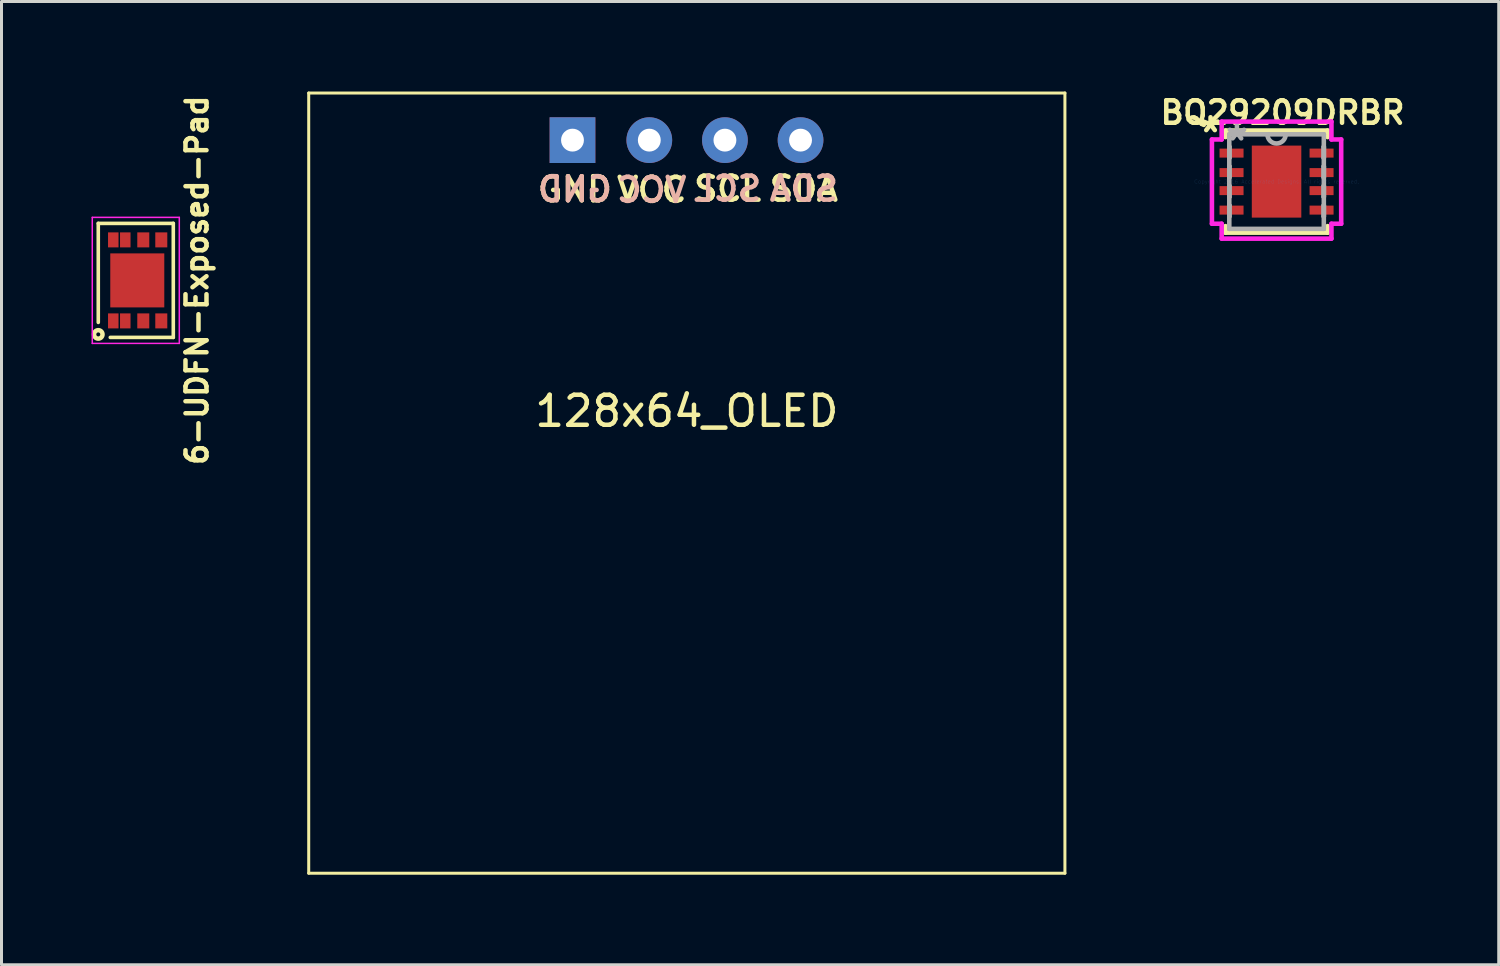
<source format=kicad_pcb>
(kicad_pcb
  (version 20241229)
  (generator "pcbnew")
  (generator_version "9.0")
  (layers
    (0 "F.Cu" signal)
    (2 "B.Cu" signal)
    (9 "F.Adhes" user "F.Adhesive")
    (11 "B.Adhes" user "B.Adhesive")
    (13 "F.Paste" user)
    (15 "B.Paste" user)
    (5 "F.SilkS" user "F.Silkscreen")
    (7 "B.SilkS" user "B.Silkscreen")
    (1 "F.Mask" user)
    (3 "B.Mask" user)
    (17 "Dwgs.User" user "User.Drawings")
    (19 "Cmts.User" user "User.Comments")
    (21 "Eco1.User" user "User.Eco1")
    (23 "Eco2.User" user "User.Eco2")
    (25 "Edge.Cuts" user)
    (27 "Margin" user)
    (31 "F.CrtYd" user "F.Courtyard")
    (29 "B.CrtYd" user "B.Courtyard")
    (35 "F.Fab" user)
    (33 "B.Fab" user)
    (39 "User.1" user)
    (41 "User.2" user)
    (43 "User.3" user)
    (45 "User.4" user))
  (footprint "128x64_OLED"
    (layer "F.Cu")
    (at 19.838 13.05)
    (property "Reference" "128x64_OLED" (at 0 -2.4 180) (layer "F.SilkS") (effects (font (size 1 1) (thickness 0.15))))
    (attr through_hole)
    (fp_line (start -12.6 -13) (end -12.6 13) (stroke (width 0.1) (type solid)) (layer "F.SilkS"))
    (fp_line (start -12.6 -13) (end 12.6 -13) (stroke (width 0.1) (type solid)) (layer "F.SilkS"))
    (fp_line (start -12.6 13) (end 12.6 13) (stroke (width 0.1) (type solid)) (layer "F.SilkS"))
    (fp_line (start 12.6 -13) (end 12.6 13) (stroke (width 0.1) (type solid)) (layer "F.SilkS"))
    (fp_text user "SCL" (at 1.36 -9.81 0) (layer "F.SilkS") (effects (font (size 0.8 0.8) (thickness 0.15))))
    (fp_text user "SDA" (at 3.9 -9.81 0) (layer "F.SilkS") (effects (font (size 0.8 0.8) (thickness 0.15))))
    (fp_text user "GND" (at -3.73 -9.79 0) (layer "F.SilkS") (effects (font (size 0.8 0.8) (thickness 0.15))))
    (fp_text user "VCC" (at -1.17 -9.77 0) (layer "F.SilkS") (effects (font (size 0.8 0.8) (thickness 0.15))))
    (fp_text user "SCL" (at 1.36 -9.81 0) (layer "B.SilkS") (effects (font (size 0.8 0.8) (thickness 0.15)) (justify mirror)))
    (fp_text user "SDA" (at 3.9 -9.81 0) (layer "B.SilkS") (effects (font (size 0.8 0.8) (thickness 0.15)) (justify mirror)))
    (fp_text user "GND" (at -3.73 -9.79 0) (layer "B.SilkS") (effects (font (size 0.8 0.8) (thickness 0.15)) (justify mirror)))
    (fp_text user "VCC" (at -1.17 -9.77 0) (layer "B.SilkS") (effects (font (size 0.8 0.8) (thickness 0.15)) (justify mirror)))
    (pad "1" thru_hole rect (at -3.81 -11.43 270) (size 1.524 1.524) (drill 0.762) (layers "*.Cu" "*.Mask"))
    (pad "2" thru_hole circle (at -1.25 -11.43 270) (size 1.524 1.524) (drill 0.762) (layers "*.Cu" "*.Mask"))
    (pad "3" thru_hole circle (at 1.27 -11.43 270) (size 1.524 1.524) (drill 0.762) (layers "*.Cu" "*.Mask"))
    (pad "4" thru_hole circle (at 3.79 -11.43 270) (size 1.524 1.524) (drill 0.762) (layers "*.Cu" "*.Mask")))
  (footprint "BQ29209DRBR"
    (layer "F.Cu")
    (at 39.491 3.002)
    (property "Reference" "BQ29209DRBR" (at 0.2 -2.3 0) (layer "F.SilkS") (effects (font (size 0.75 0.75) (thickness 0.15))))
    (attr through_hole)
    (fp_line (start -1.702 -1.702) (end -1.702 -1.483) (stroke (width 0.152) (type solid)) (layer "F.SilkS"))
    (fp_line (start -1.702 1.483) (end -1.702 1.702) (stroke (width 0.152) (type solid)) (layer "F.SilkS"))
    (fp_line (start -1.702 1.702) (end 1.702 1.702) (stroke (width 0.152) (type solid)) (layer "F.SilkS"))
    (fp_line (start 1.702 -1.702) (end -1.702 -1.702) (stroke (width 0.152) (type solid)) (layer "F.SilkS"))
    (fp_line (start 1.702 -1.483) (end 1.702 -1.702) (stroke (width 0.152) (type solid)) (layer "F.SilkS"))
    (fp_line (start 1.702 1.702) (end 1.702 1.483) (stroke (width 0.152) (type solid)) (layer "F.SilkS"))
    (fp_circle (center -0.394 -0.787) (end -0.203 -0.787) (stroke (width 0.152) (type solid)) (fill no) (layer "Eco1.User"))
    (fp_circle (center -0.394 0) (end -0.203 0) (stroke (width 0.152) (type solid)) (fill no) (layer "Eco1.User"))
    (fp_circle (center -0.394 0.787) (end -0.203 0.787) (stroke (width 0.152) (type solid)) (fill no) (layer "Eco1.User"))
    (fp_circle (center 0.394 -0.787) (end 0.584 -0.787) (stroke (width 0.152) (type solid)) (fill no) (layer "Eco1.User"))
    (fp_circle (center 0.394 0) (end 0.584 0) (stroke (width 0.152) (type solid)) (fill no) (layer "Eco1.User"))
    (fp_circle (center 0.394 0.787) (end 0.584 0.787) (stroke (width 0.152) (type solid)) (fill no) (layer "Eco1.User"))
    (fp_line (start -2.154 -1.404) (end -1.829 -1.404) (stroke (width 0.152) (type solid)) (layer "F.CrtYd"))
    (fp_line (start -2.154 1.404) (end -2.154 -1.404) (stroke (width 0.152) (type solid)) (layer "F.CrtYd"))
    (fp_line (start -1.829 -2) (end 1.829 -2) (stroke (width 0.152) (type solid)) (layer "F.CrtYd"))
    (fp_line (start -1.829 -1.404) (end -1.829 -2) (stroke (width 0.152) (type solid)) (layer "F.CrtYd"))
    (fp_line (start -1.829 1.404) (end -2.154 1.404) (stroke (width 0.152) (type solid)) (layer "F.CrtYd"))
    (fp_line (start -1.829 1.9) (end -1.829 1.404) (stroke (width 0.152) (type solid)) (layer "F.CrtYd"))
    (fp_line (start 1.829 -2) (end 1.829 -1.404) (stroke (width 0.152) (type solid)) (layer "F.CrtYd"))
    (fp_line (start 1.829 -1.404) (end 2.154 -1.404) (stroke (width 0.152) (type solid)) (layer "F.CrtYd"))
    (fp_line (start 1.829 1.404) (end 1.829 1.9) (stroke (width 0.152) (type solid)) (layer "F.CrtYd"))
    (fp_line (start 1.829 1.9) (end -1.829 1.9) (stroke (width 0.152) (type solid)) (layer "F.CrtYd"))
    (fp_line (start 2.154 -1.404) (end 2.154 1.404) (stroke (width 0.152) (type solid)) (layer "F.CrtYd"))
    (fp_line (start 2.154 1.404) (end 1.829 1.404) (stroke (width 0.152) (type solid)) (layer "F.CrtYd"))
    (fp_line (start -1.575 -1.575) (end -1.575 1.575) (stroke (width 0.152) (type solid)) (layer "F.Fab"))
    (fp_line (start -1.575 -1.16) (end -1.575 -1.16) (stroke (width 0.152) (type solid)) (layer "F.Fab"))
    (fp_line (start -1.575 -1.16) (end -1.575 -0.79) (stroke (width 0.152) (type solid)) (layer "F.Fab"))
    (fp_line (start -1.575 -0.79) (end -1.575 -1.16) (stroke (width 0.152) (type solid)) (layer "F.Fab"))
    (fp_line (start -1.575 -0.79) (end -1.575 -0.79) (stroke (width 0.152) (type solid)) (layer "F.Fab"))
    (fp_line (start -1.575 -0.51) (end -1.575 -0.51) (stroke (width 0.152) (type solid)) (layer "F.Fab"))
    (fp_line (start -1.575 -0.51) (end -1.575 -0.14) (stroke (width 0.152) (type solid)) (layer "F.Fab"))
    (fp_line (start -1.575 -0.14) (end -1.575 -0.51) (stroke (width 0.152) (type solid)) (layer "F.Fab"))
    (fp_line (start -1.575 -0.14) (end -1.575 -0.14) (stroke (width 0.152) (type solid)) (layer "F.Fab"))
    (fp_line (start -1.575 0.14) (end -1.575 0.14) (stroke (width 0.152) (type solid)) (layer "F.Fab"))
    (fp_line (start -1.575 0.14) (end -1.575 0.51) (stroke (width 0.152) (type solid)) (layer "F.Fab"))
    (fp_line (start -1.575 0.51) (end -1.575 0.14) (stroke (width 0.152) (type solid)) (layer "F.Fab"))
    (fp_line (start -1.575 0.51) (end -1.575 0.51) (stroke (width 0.152) (type solid)) (layer "F.Fab"))
    (fp_line (start -1.575 0.79) (end -1.575 0.79) (stroke (width 0.152) (type solid)) (layer "F.Fab"))
    (fp_line (start -1.575 0.79) (end -1.575 1.16) (stroke (width 0.152) (type solid)) (layer "F.Fab"))
    (fp_line (start -1.575 1.16) (end -1.575 0.79) (stroke (width 0.152) (type solid)) (layer "F.Fab"))
    (fp_line (start -1.575 1.16) (end -1.575 1.16) (stroke (width 0.152) (type solid)) (layer "F.Fab"))
    (fp_line (start -1.575 1.575) (end 1.575 1.575) (stroke (width 0.152) (type solid)) (layer "F.Fab"))
    (fp_line (start 1.575 -1.575) (end -1.575 -1.575) (stroke (width 0.152) (type solid)) (layer "F.Fab"))
    (fp_line (start 1.575 -1.16) (end 1.575 -1.16) (stroke (width 0.152) (type solid)) (layer "F.Fab"))
    (fp_line (start 1.575 -1.16) (end 1.575 -0.79) (stroke (width 0.152) (type solid)) (layer "F.Fab"))
    (fp_line (start 1.575 -0.79) (end 1.575 -1.16) (stroke (width 0.152) (type solid)) (layer "F.Fab"))
    (fp_line (start 1.575 -0.79) (end 1.575 -0.79) (stroke (width 0.152) (type solid)) (layer "F.Fab"))
    (fp_line (start 1.575 -0.51) (end 1.575 -0.51) (stroke (width 0.152) (type solid)) (layer "F.Fab"))
    (fp_line (start 1.575 -0.51) (end 1.575 -0.14) (stroke (width 0.152) (type solid)) (layer "F.Fab"))
    (fp_line (start 1.575 -0.14) (end 1.575 -0.51) (stroke (width 0.152) (type solid)) (layer "F.Fab"))
    (fp_line (start 1.575 -0.14) (end 1.575 -0.14) (stroke (width 0.152) (type solid)) (layer "F.Fab"))
    (fp_line (start 1.575 0.14) (end 1.575 0.14) (stroke (width 0.152) (type solid)) (layer "F.Fab"))
    (fp_line (start 1.575 0.14) (end 1.575 0.51) (stroke (width 0.152) (type solid)) (layer "F.Fab"))
    (fp_line (start 1.575 0.51) (end 1.575 0.14) (stroke (width 0.152) (type solid)) (layer "F.Fab"))
    (fp_line (start 1.575 0.51) (end 1.575 0.51) (stroke (width 0.152) (type solid)) (layer "F.Fab"))
    (fp_line (start 1.575 0.79) (end 1.575 0.79) (stroke (width 0.152) (type solid)) (layer "F.Fab"))
    (fp_line (start 1.575 0.79) (end 1.575 1.16) (stroke (width 0.152) (type solid)) (layer "F.Fab"))
    (fp_line (start 1.575 1.16) (end 1.575 0.79) (stroke (width 0.152) (type solid)) (layer "F.Fab"))
    (fp_line (start 1.575 1.16) (end 1.575 1.16) (stroke (width 0.152) (type solid)) (layer "F.Fab"))
    (fp_line (start 1.575 1.575) (end 1.575 -1.575) (stroke (width 0.152) (type solid)) (layer "F.Fab"))
    (fp_arc (start 0.3048 -1.574999) (mid 0 -1.270199) (end -0.3048 -1.574999) (stroke (width 0.1524) (type solid)) (layer "F.Fab"))
    (fp_text user "*" (at -2.2 -1.6 0) (layer "F.SilkS") (effects (font (size 1 1) (thickness 0.15))))
    (fp_text user "Copyright 2016 Accelerated Designs. All rights reserved." (at 0 0 0) (layer "Cmts.User") (effects (font (size 0.127 0.127) (thickness 0.002))))
    (fp_text user "*" (at -1.321 -1.325 0) (layer "F.Fab") (effects (font (size 1 1) (thickness 0.15))))
    (pad "1" smd rect (at -1.5 -0.95) (size 0.8 0.3) (layers "F.Cu" "F.Mask" "F.Paste"))
    (pad "2" smd rect (at -1.5 -0.3) (size 0.8 0.3) (layers "F.Cu" "F.Mask" "F.Paste"))
    (pad "3" smd rect (at -1.5 0.3) (size 0.8 0.3) (layers "F.Cu" "F.Mask" "F.Paste"))
    (pad "4" smd rect (at -1.5 0.95) (size 0.8 0.3) (layers "F.Cu" "F.Mask" "F.Paste"))
    (pad "5" smd rect (at 1.5 0.95) (size 0.8 0.3) (layers "F.Cu" "F.Mask" "F.Paste"))
    (pad "6" smd rect (at 1.5 0.3) (size 0.8 0.3) (layers "F.Cu" "F.Mask" "F.Paste"))
    (pad "7" smd rect (at 1.5 -0.3) (size 0.8 0.3) (layers "F.Cu" "F.Mask" "F.Paste"))
    (pad "8" smd rect (at 1.5 -0.95) (size 0.8 0.3) (layers "F.Cu" "F.Mask" "F.Paste"))
    (pad "9" smd rect (at 0 0) (size 1.65 2.4) (layers "F.Cu" "F.Mask" "F.Paste")))
  (footprint "6-UDFN-Exposed-Pad"
    (layer "F.Cu")
    (at 1.525 6.294)
    (property "Reference" "6-UDFN-Exposed-Pad" (at 1.99 -0.006 270) (layer "F.SilkS") (effects (font (size 0.7 0.7) (thickness 0.15))))
    (attr smd)
    (fp_line (start -1.3 -1.9) (end 1.2 -1.9) (stroke (width 0.12) (type solid)) (layer "F.SilkS"))
    (fp_line (start -1.3 1.4) (end -1.3 -1.9) (stroke (width 0.12) (type solid)) (layer "F.SilkS"))
    (fp_line (start 1.2 -1.9) (end 1.2 1.9) (stroke (width 0.12) (type solid)) (layer "F.SilkS"))
    (fp_line (start 1.2 1.9) (end -0.9 1.9) (stroke (width 0.12) (type solid)) (layer "F.SilkS"))
    (fp_circle (center -1.3 1.8) (end -1.4 1.9) (stroke (width 0.15) (type solid)) (fill no) (layer "F.SilkS"))
    (fp_line (start -1.5 -2.1) (end 1.4 -2.1) (stroke (width 0.05) (type solid)) (layer "F.CrtYd"))
    (fp_line (start -1.5 2.1) (end -1.5 -2.1) (stroke (width 0.05) (type solid)) (layer "F.CrtYd"))
    (fp_line (start 1.4 -2.1) (end 1.4 2.1) (stroke (width 0.05) (type solid)) (layer "F.CrtYd"))
    (fp_line (start 1.4 2.1) (end -1.5 2.1) (stroke (width 0.05) (type solid)) (layer "F.CrtYd"))
    (pad "" smd rect (at -0.6 -1.35) (size 0.75 0.5) (layers "F.Mask" "F.Paste"))
    (pad "" smd rect (at -0.6 1.35) (size 0.75 0.5) (layers "F.Mask" "F.Paste"))
    (pad "1" smd rect (at -0.8 1.35) (size 0.35 0.5) (layers "F.Cu" "F.Mask" "F.Paste"))
    (pad "1" smd rect (at -0.4 1.35) (size 0.35 0.5) (layers "F.Cu" "F.Mask" "F.Paste"))
    (pad "2" smd rect (at 0.2 1.35) (size 0.4 0.5) (layers "F.Cu" "F.Mask" "F.Paste"))
    (pad "3" smd rect (at 0.8 1.35) (size 0.4 0.5) (layers "F.Cu" "F.Mask" "F.Paste"))
    (pad "4" smd rect (at -0.8 -1.35) (size 0.35 0.5) (layers "F.Cu" "F.Mask" "F.Paste"))
    (pad "4" smd rect (at -0.4 -1.35) (size 0.35 0.5) (layers "F.Cu" "F.Mask" "F.Paste"))
    (pad "5" smd rect (at 0.2 -1.35) (size 0.4 0.5) (layers "F.Cu" "F.Mask" "F.Paste"))
    (pad "6" smd rect (at 0.8 -1.35) (size 0.4 0.5) (layers "F.Cu" "F.Mask" "F.Paste"))
    (pad "NC" smd rect (at 0 0) (size 1.8 1.8) (layers "F.Cu" "F.Mask" "F.Paste")))
  (gr_rect
    (start -3 -3)
    (end 46.895 29.1)
    (stroke (width 0.1) (type default))
    (fill no)
    (layer "Edge.Cuts")))
</source>
